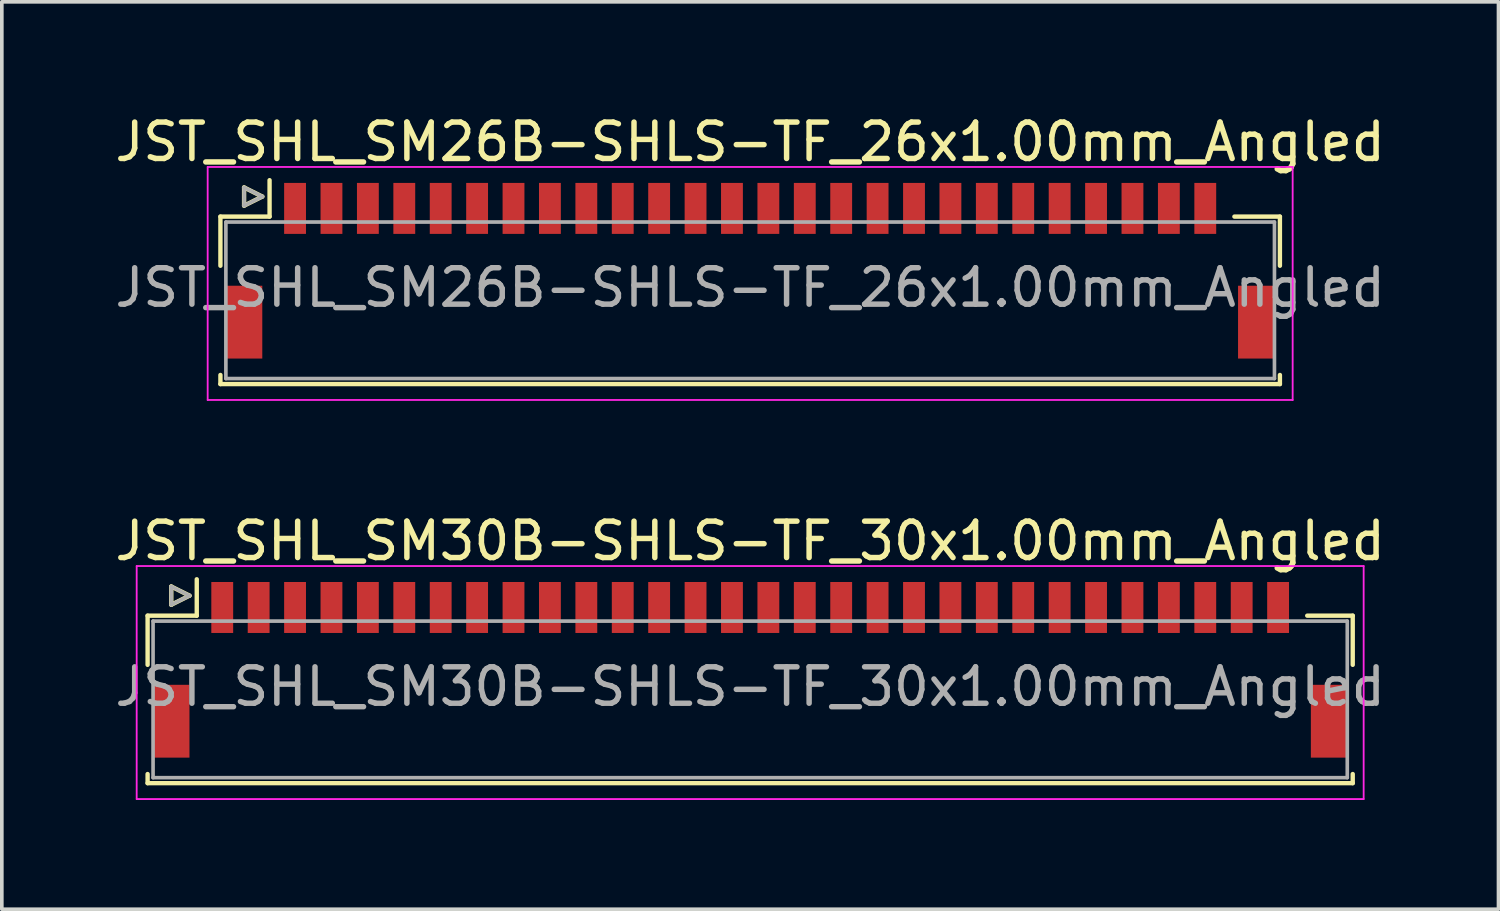
<source format=kicad_pcb>
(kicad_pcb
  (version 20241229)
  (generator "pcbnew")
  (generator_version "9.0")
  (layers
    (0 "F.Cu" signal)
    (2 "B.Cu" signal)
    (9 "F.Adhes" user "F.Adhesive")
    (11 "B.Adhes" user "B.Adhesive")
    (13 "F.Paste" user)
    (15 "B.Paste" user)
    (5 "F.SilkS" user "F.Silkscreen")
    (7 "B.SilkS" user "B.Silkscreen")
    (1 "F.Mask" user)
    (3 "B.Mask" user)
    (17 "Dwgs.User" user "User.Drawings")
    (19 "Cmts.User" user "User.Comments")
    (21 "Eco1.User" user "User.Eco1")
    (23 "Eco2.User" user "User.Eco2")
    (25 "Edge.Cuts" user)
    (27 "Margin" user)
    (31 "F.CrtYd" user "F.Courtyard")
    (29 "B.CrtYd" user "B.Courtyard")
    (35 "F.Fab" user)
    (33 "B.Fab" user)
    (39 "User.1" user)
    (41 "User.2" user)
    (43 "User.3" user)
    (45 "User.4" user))
  (footprint "JST_SHL_SM30B-SHLS-TF_30x1.00mm_Angled"
    (layer "F.Cu")
    (at 17.554 15.197)
    (property "Reference" "JST_SHL_SM30B-SHLS-TF_30x1.00mm_Angled" (at 0 -3.388 0) (layer "F.SilkS") (effects (font (size 1 1) (thickness 0.15))))
    (attr smd)
    (fp_line (start -16.55 -1.337) (end -15.2 -1.337) (stroke (width 0.12) (type solid)) (layer "F.SilkS"))
    (fp_line (start -16.55 0.013) (end -16.55 -1.337) (stroke (width 0.12) (type solid)) (layer "F.SilkS"))
    (fp_line (start -16.55 3.013) (end -16.55 3.263) (stroke (width 0.12) (type solid)) (layer "F.SilkS"))
    (fp_line (start -16.55 3.263) (end 16.55 3.263) (stroke (width 0.12) (type solid)) (layer "F.SilkS"))
    (fp_line (start -15.9 -2.138) (end -15.9 -1.637) (stroke (width 0.12) (type solid)) (layer "F.SilkS"))
    (fp_line (start -15.9 -1.637) (end -15.4 -1.887) (stroke (width 0.12) (type solid)) (layer "F.SilkS"))
    (fp_line (start -15.4 -1.887) (end -15.9 -2.138) (stroke (width 0.12) (type solid)) (layer "F.SilkS"))
    (fp_line (start -15.2 -1.337) (end -15.2 -2.337) (stroke (width 0.12) (type solid)) (layer "F.SilkS"))
    (fp_line (start 16.55 -1.337) (end 15.3 -1.337) (stroke (width 0.12) (type solid)) (layer "F.SilkS"))
    (fp_line (start 16.55 0.013) (end 16.55 -1.337) (stroke (width 0.12) (type solid)) (layer "F.SilkS"))
    (fp_line (start 16.55 3.263) (end 16.55 3.013) (stroke (width 0.12) (type solid)) (layer "F.SilkS"))
    (fp_line (start -16.85 -2.7) (end -16.85 3.7) (stroke (width 0.05) (type solid)) (layer "F.CrtYd"))
    (fp_line (start -16.85 3.7) (end 16.85 3.7) (stroke (width 0.05) (type solid)) (layer "F.CrtYd"))
    (fp_line (start 16.85 -2.7) (end -16.85 -2.7) (stroke (width 0.05) (type solid)) (layer "F.CrtYd"))
    (fp_line (start 16.85 3.7) (end 16.85 -2.7) (stroke (width 0.05) (type solid)) (layer "F.CrtYd"))
    (fp_line (start -16.4 -1.188) (end -16.4 3.112) (stroke (width 0.1) (type solid)) (layer "F.Fab"))
    (fp_line (start -16.4 3.112) (end 16.4 3.112) (stroke (width 0.1) (type solid)) (layer "F.Fab"))
    (fp_line (start -15.9 -2.138) (end -15.9 -1.637) (stroke (width 0.1) (type solid)) (layer "F.Fab"))
    (fp_line (start -15.9 -1.637) (end -15.4 -1.887) (stroke (width 0.1) (type solid)) (layer "F.Fab"))
    (fp_line (start -15.4 -1.887) (end -15.9 -2.138) (stroke (width 0.1) (type solid)) (layer "F.Fab"))
    (fp_line (start 16.4 -1.188) (end -16.4 -1.188) (stroke (width 0.1) (type solid)) (layer "F.Fab"))
    (fp_line (start 16.4 3.112) (end 16.4 -1.188) (stroke (width 0.1) (type solid)) (layer "F.Fab"))
    (fp_text user "${REFERENCE}" (at 0 0.613 0) (layer "F.Fab") (effects (font (size 1 1) (thickness 0.15))))
    (pad "" smd rect (at -15.9 1.562) (size 1 2) (layers "F.Cu" "F.Mask" "F.Paste"))
    (pad "" smd rect (at 15.9 1.562) (size 1 2) (layers "F.Cu" "F.Mask" "F.Paste"))
    (pad "1" smd rect (at -14.5 -1.562) (size 0.6 1.4) (layers "F.Cu" "F.Mask" "F.Paste"))
    (pad "2" smd rect (at -13.5 -1.562) (size 0.6 1.4) (layers "F.Cu" "F.Mask" "F.Paste"))
    (pad "3" smd rect (at -12.5 -1.562) (size 0.6 1.4) (layers "F.Cu" "F.Mask" "F.Paste"))
    (pad "4" smd rect (at -11.5 -1.562) (size 0.6 1.4) (layers "F.Cu" "F.Mask" "F.Paste"))
    (pad "5" smd rect (at -10.5 -1.562) (size 0.6 1.4) (layers "F.Cu" "F.Mask" "F.Paste"))
    (pad "6" smd rect (at -9.5 -1.562) (size 0.6 1.4) (layers "F.Cu" "F.Mask" "F.Paste"))
    (pad "7" smd rect (at -8.5 -1.562) (size 0.6 1.4) (layers "F.Cu" "F.Mask" "F.Paste"))
    (pad "8" smd rect (at -7.5 -1.562) (size 0.6 1.4) (layers "F.Cu" "F.Mask" "F.Paste"))
    (pad "9" smd rect (at -6.5 -1.562) (size 0.6 1.4) (layers "F.Cu" "F.Mask" "F.Paste"))
    (pad "10" smd rect (at -5.5 -1.562) (size 0.6 1.4) (layers "F.Cu" "F.Mask" "F.Paste"))
    (pad "11" smd rect (at -4.5 -1.562) (size 0.6 1.4) (layers "F.Cu" "F.Mask" "F.Paste"))
    (pad "12" smd rect (at -3.5 -1.562) (size 0.6 1.4) (layers "F.Cu" "F.Mask" "F.Paste"))
    (pad "13" smd rect (at -2.5 -1.562) (size 0.6 1.4) (layers "F.Cu" "F.Mask" "F.Paste"))
    (pad "14" smd rect (at -1.5 -1.562) (size 0.6 1.4) (layers "F.Cu" "F.Mask" "F.Paste"))
    (pad "15" smd rect (at -0.5 -1.562) (size 0.6 1.4) (layers "F.Cu" "F.Mask" "F.Paste"))
    (pad "16" smd rect (at 0.5 -1.562) (size 0.6 1.4) (layers "F.Cu" "F.Mask" "F.Paste"))
    (pad "17" smd rect (at 1.5 -1.562) (size 0.6 1.4) (layers "F.Cu" "F.Mask" "F.Paste"))
    (pad "18" smd rect (at 2.5 -1.562) (size 0.6 1.4) (layers "F.Cu" "F.Mask" "F.Paste"))
    (pad "19" smd rect (at 3.5 -1.562) (size 0.6 1.4) (layers "F.Cu" "F.Mask" "F.Paste"))
    (pad "20" smd rect (at 4.5 -1.562) (size 0.6 1.4) (layers "F.Cu" "F.Mask" "F.Paste"))
    (pad "21" smd rect (at 5.5 -1.562) (size 0.6 1.4) (layers "F.Cu" "F.Mask" "F.Paste"))
    (pad "22" smd rect (at 6.5 -1.562) (size 0.6 1.4) (layers "F.Cu" "F.Mask" "F.Paste"))
    (pad "23" smd rect (at 7.5 -1.562) (size 0.6 1.4) (layers "F.Cu" "F.Mask" "F.Paste"))
    (pad "24" smd rect (at 8.5 -1.562) (size 0.6 1.4) (layers "F.Cu" "F.Mask" "F.Paste"))
    (pad "25" smd rect (at 9.5 -1.562) (size 0.6 1.4) (layers "F.Cu" "F.Mask" "F.Paste"))
    (pad "26" smd rect (at 10.5 -1.562) (size 0.6 1.4) (layers "F.Cu" "F.Mask" "F.Paste"))
    (pad "27" smd rect (at 11.5 -1.562) (size 0.6 1.4) (layers "F.Cu" "F.Mask" "F.Paste"))
    (pad "28" smd rect (at 12.5 -1.562) (size 0.6 1.4) (layers "F.Cu" "F.Mask" "F.Paste"))
    (pad "29" smd rect (at 13.5 -1.562) (size 0.6 1.4) (layers "F.Cu" "F.Mask" "F.Paste"))
    (pad "30" smd rect (at 14.5 -1.562) (size 0.6 1.4) (layers "F.Cu" "F.Mask" "F.Paste")))
  (footprint "JST_SHL_SM26B-SHLS-TF_26x1.00mm_Angled"
    (layer "F.Cu")
    (at 17.554 4.236)
    (property "Reference" "JST_SHL_SM26B-SHLS-TF_26x1.00mm_Angled" (at 0 -3.388 0) (layer "F.SilkS") (effects (font (size 1 1) (thickness 0.15))))
    (attr smd)
    (fp_line (start -14.55 -1.337) (end -13.2 -1.337) (stroke (width 0.12) (type solid)) (layer "F.SilkS"))
    (fp_line (start -14.55 0.013) (end -14.55 -1.337) (stroke (width 0.12) (type solid)) (layer "F.SilkS"))
    (fp_line (start -14.55 3.013) (end -14.55 3.263) (stroke (width 0.12) (type solid)) (layer "F.SilkS"))
    (fp_line (start -14.55 3.263) (end 14.55 3.263) (stroke (width 0.12) (type solid)) (layer "F.SilkS"))
    (fp_line (start -13.9 -2.138) (end -13.9 -1.637) (stroke (width 0.12) (type solid)) (layer "F.SilkS"))
    (fp_line (start -13.9 -1.637) (end -13.4 -1.887) (stroke (width 0.12) (type solid)) (layer "F.SilkS"))
    (fp_line (start -13.4 -1.887) (end -13.9 -2.138) (stroke (width 0.12) (type solid)) (layer "F.SilkS"))
    (fp_line (start -13.2 -1.337) (end -13.2 -2.337) (stroke (width 0.12) (type solid)) (layer "F.SilkS"))
    (fp_line (start 14.55 -1.337) (end 13.3 -1.337) (stroke (width 0.12) (type solid)) (layer "F.SilkS"))
    (fp_line (start 14.55 0.013) (end 14.55 -1.337) (stroke (width 0.12) (type solid)) (layer "F.SilkS"))
    (fp_line (start 14.55 3.263) (end 14.55 3.013) (stroke (width 0.12) (type solid)) (layer "F.SilkS"))
    (fp_line (start -14.9 -2.7) (end -14.9 3.7) (stroke (width 0.05) (type solid)) (layer "F.CrtYd"))
    (fp_line (start -14.9 3.7) (end 14.9 3.7) (stroke (width 0.05) (type solid)) (layer "F.CrtYd"))
    (fp_line (start 14.9 -2.7) (end -14.9 -2.7) (stroke (width 0.05) (type solid)) (layer "F.CrtYd"))
    (fp_line (start 14.9 3.7) (end 14.9 -2.7) (stroke (width 0.05) (type solid)) (layer "F.CrtYd"))
    (fp_line (start -14.4 -1.188) (end -14.4 3.112) (stroke (width 0.1) (type solid)) (layer "F.Fab"))
    (fp_line (start -14.4 3.112) (end 14.4 3.112) (stroke (width 0.1) (type solid)) (layer "F.Fab"))
    (fp_line (start -13.9 -2.138) (end -13.9 -1.637) (stroke (width 0.1) (type solid)) (layer "F.Fab"))
    (fp_line (start -13.9 -1.637) (end -13.4 -1.887) (stroke (width 0.1) (type solid)) (layer "F.Fab"))
    (fp_line (start -13.4 -1.887) (end -13.9 -2.138) (stroke (width 0.1) (type solid)) (layer "F.Fab"))
    (fp_line (start 14.4 -1.188) (end -14.4 -1.188) (stroke (width 0.1) (type solid)) (layer "F.Fab"))
    (fp_line (start 14.4 3.112) (end 14.4 -1.188) (stroke (width 0.1) (type solid)) (layer "F.Fab"))
    (fp_text user "${REFERENCE}" (at 0 0.613 0) (layer "F.Fab") (effects (font (size 1 1) (thickness 0.15))))
    (pad "" smd rect (at -13.9 1.562) (size 1 2) (layers "F.Cu" "F.Mask" "F.Paste"))
    (pad "" smd rect (at 13.9 1.562) (size 1 2) (layers "F.Cu" "F.Mask" "F.Paste"))
    (pad "1" smd rect (at -12.5 -1.562) (size 0.6 1.4) (layers "F.Cu" "F.Mask" "F.Paste"))
    (pad "2" smd rect (at -11.5 -1.562) (size 0.6 1.4) (layers "F.Cu" "F.Mask" "F.Paste"))
    (pad "3" smd rect (at -10.5 -1.562) (size 0.6 1.4) (layers "F.Cu" "F.Mask" "F.Paste"))
    (pad "4" smd rect (at -9.5 -1.562) (size 0.6 1.4) (layers "F.Cu" "F.Mask" "F.Paste"))
    (pad "5" smd rect (at -8.5 -1.562) (size 0.6 1.4) (layers "F.Cu" "F.Mask" "F.Paste"))
    (pad "6" smd rect (at -7.5 -1.562) (size 0.6 1.4) (layers "F.Cu" "F.Mask" "F.Paste"))
    (pad "7" smd rect (at -6.5 -1.562) (size 0.6 1.4) (layers "F.Cu" "F.Mask" "F.Paste"))
    (pad "8" smd rect (at -5.5 -1.562) (size 0.6 1.4) (layers "F.Cu" "F.Mask" "F.Paste"))
    (pad "9" smd rect (at -4.5 -1.562) (size 0.6 1.4) (layers "F.Cu" "F.Mask" "F.Paste"))
    (pad "10" smd rect (at -3.5 -1.562) (size 0.6 1.4) (layers "F.Cu" "F.Mask" "F.Paste"))
    (pad "11" smd rect (at -2.5 -1.562) (size 0.6 1.4) (layers "F.Cu" "F.Mask" "F.Paste"))
    (pad "12" smd rect (at -1.5 -1.562) (size 0.6 1.4) (layers "F.Cu" "F.Mask" "F.Paste"))
    (pad "13" smd rect (at -0.5 -1.562) (size 0.6 1.4) (layers "F.Cu" "F.Mask" "F.Paste"))
    (pad "14" smd rect (at 0.5 -1.562) (size 0.6 1.4) (layers "F.Cu" "F.Mask" "F.Paste"))
    (pad "15" smd rect (at 1.5 -1.562) (size 0.6 1.4) (layers "F.Cu" "F.Mask" "F.Paste"))
    (pad "16" smd rect (at 2.5 -1.562) (size 0.6 1.4) (layers "F.Cu" "F.Mask" "F.Paste"))
    (pad "17" smd rect (at 3.5 -1.562) (size 0.6 1.4) (layers "F.Cu" "F.Mask" "F.Paste"))
    (pad "18" smd rect (at 4.5 -1.562) (size 0.6 1.4) (layers "F.Cu" "F.Mask" "F.Paste"))
    (pad "19" smd rect (at 5.5 -1.562) (size 0.6 1.4) (layers "F.Cu" "F.Mask" "F.Paste"))
    (pad "20" smd rect (at 6.5 -1.562) (size 0.6 1.4) (layers "F.Cu" "F.Mask" "F.Paste"))
    (pad "21" smd rect (at 7.5 -1.562) (size 0.6 1.4) (layers "F.Cu" "F.Mask" "F.Paste"))
    (pad "22" smd rect (at 8.5 -1.562) (size 0.6 1.4) (layers "F.Cu" "F.Mask" "F.Paste"))
    (pad "23" smd rect (at 9.5 -1.562) (size 0.6 1.4) (layers "F.Cu" "F.Mask" "F.Paste"))
    (pad "24" smd rect (at 10.5 -1.562) (size 0.6 1.4) (layers "F.Cu" "F.Mask" "F.Paste"))
    (pad "25" smd rect (at 11.5 -1.562) (size 0.6 1.4) (layers "F.Cu" "F.Mask" "F.Paste"))
    (pad "26" smd rect (at 12.5 -1.562) (size 0.6 1.4) (layers "F.Cu" "F.Mask" "F.Paste")))
  (gr_rect
    (start -3 -3)
    (end 38.107 21.922)
    (stroke (width 0.1) (type default))
    (fill no)
    (layer "Edge.Cuts")))
</source>
